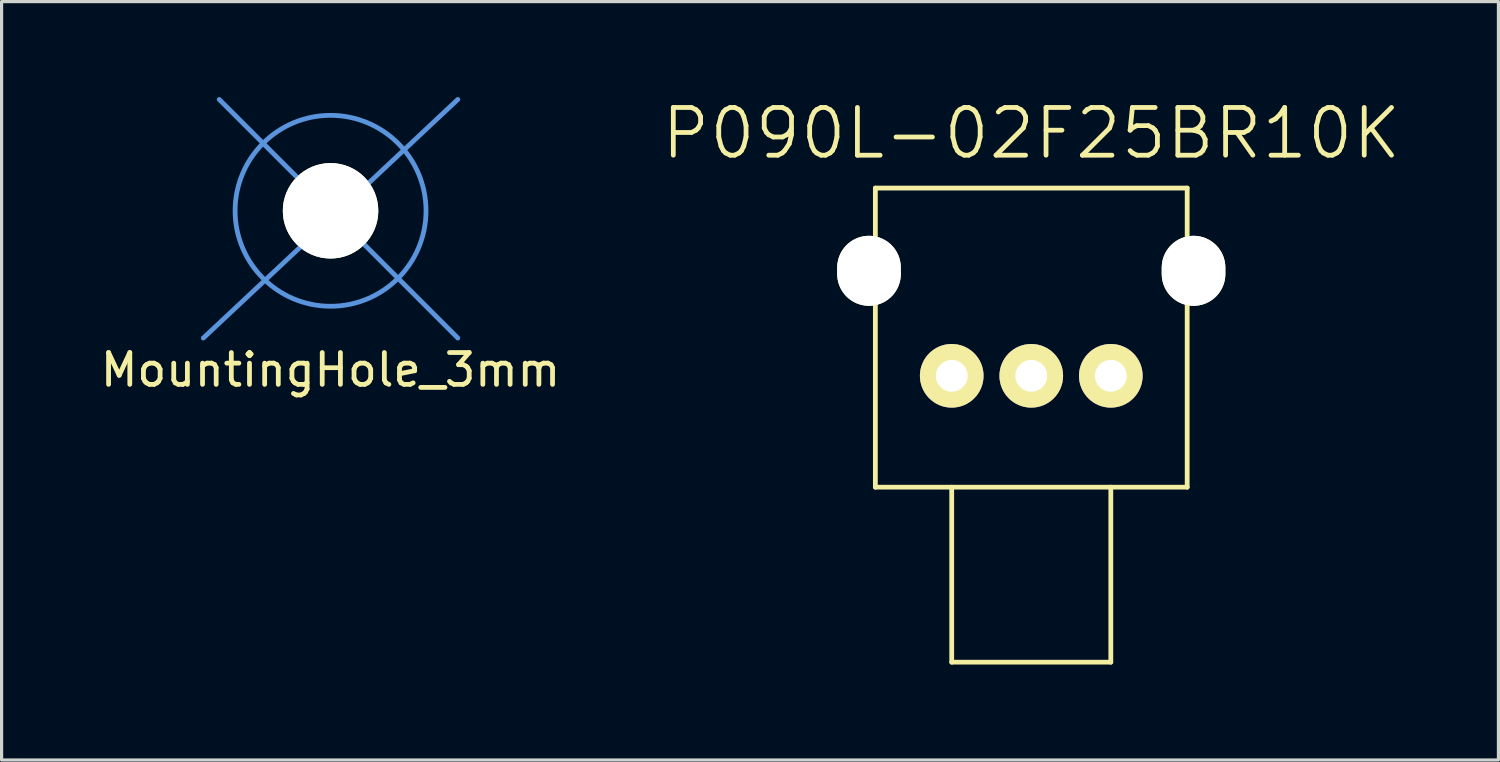
<source format=kicad_pcb>
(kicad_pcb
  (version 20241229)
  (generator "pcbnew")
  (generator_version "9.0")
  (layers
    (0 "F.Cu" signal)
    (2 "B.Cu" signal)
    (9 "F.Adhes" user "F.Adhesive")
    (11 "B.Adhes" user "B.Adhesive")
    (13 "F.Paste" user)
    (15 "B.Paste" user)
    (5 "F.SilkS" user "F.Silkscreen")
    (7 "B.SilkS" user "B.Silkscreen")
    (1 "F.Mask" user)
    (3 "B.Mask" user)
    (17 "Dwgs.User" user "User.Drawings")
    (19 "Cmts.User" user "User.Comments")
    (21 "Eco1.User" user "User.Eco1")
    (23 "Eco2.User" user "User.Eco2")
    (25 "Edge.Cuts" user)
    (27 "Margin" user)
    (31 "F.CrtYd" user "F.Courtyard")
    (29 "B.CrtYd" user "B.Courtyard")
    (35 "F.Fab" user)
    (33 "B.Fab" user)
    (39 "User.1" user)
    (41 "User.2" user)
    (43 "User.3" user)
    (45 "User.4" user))
  (footprint "P090L-02F25BR10K"
    (layer "F.Cu")
    (at 29.361 8.761)
    (property "Reference" "P090L-02F25BR10K" (at 0 -7.62 180) (layer "F.SilkS") (effects (font (size 1.5 1.5) (thickness 0.15))))
    (attr through_hole)
    (fp_line (start -4.9 -5.9) (end -4.9 3.5) (stroke (width 0.15) (type solid)) (layer "F.SilkS"))
    (fp_line (start -4.9 -5.9) (end 4.9 -5.9) (stroke (width 0.15) (type solid)) (layer "F.SilkS"))
    (fp_line (start -4.9 3.5) (end 4.9 3.5) (stroke (width 0.15) (type solid)) (layer "F.SilkS"))
    (fp_line (start -2.5 3.5) (end -2.5 9) (stroke (width 0.15) (type solid)) (layer "F.SilkS"))
    (fp_line (start -2.5 9) (end 2.5 9) (stroke (width 0.15) (type solid)) (layer "F.SilkS"))
    (fp_line (start 2.5 9) (end 2.5 3.5) (stroke (width 0.15) (type solid)) (layer "F.SilkS"))
    (fp_line (start 4.9 -5.9) (end 4.9 3.5) (stroke (width 0.15) (type solid)) (layer "F.SilkS"))
    (pad "" np_thru_hole oval (at -5.1 -3.3) (size 2 2.2) (drill oval 2 2.2) (layers "*.Cu" "*.Mask" "F.SilkS"))
    (pad "" np_thru_hole oval (at 5.1 -3.3) (size 2 2.2) (drill oval 2 2.2) (layers "*.Cu" "*.Mask" "F.SilkS"))
    (pad "1" thru_hole circle (at -2.5 0) (size 2 2) (drill 1) (layers "*.Cu" "*.Mask" "F.SilkS"))
    (pad "2" thru_hole circle (at 0 0) (size 2 2) (drill 1) (layers "*.Cu" "*.Mask" "F.SilkS"))
    (pad "3" thru_hole circle (at 2.5 0) (size 2 2) (drill 1) (layers "*.Cu" "*.Mask" "F.SilkS")))
  (footprint "MountingHole_3mm"
    (layer "F.Cu")
    (at 7.339 3.575)
    (property "Reference" "MountingHole_3mm" (at 0 5 0) (layer "F.SilkS") (effects (font (size 1 1) (thickness 0.15))))
    (attr through_hole)
    (fp_line (start -3.5 -3.5) (end 4 4) (stroke (width 0.15) (type solid)) (layer "Cmts.User"))
    (fp_line (start 4 -3.5) (end -4 4) (stroke (width 0.15) (type solid)) (layer "Cmts.User"))
    (fp_circle (center 0 0) (end -3 0) (stroke (width 0.15) (type solid)) (fill no) (layer "Cmts.User"))
    (pad "" np_thru_hole circle (at 0 0 180) (size 3 3) (drill 3) (layers "*.Cu" "*.Mask" "F.SilkS")))
  (gr_rect
    (start -3 -3)
    (end 44.043 20.836)
    (stroke (width 0.1) (type default))
    (fill no)
    (layer "Edge.Cuts")))
</source>
